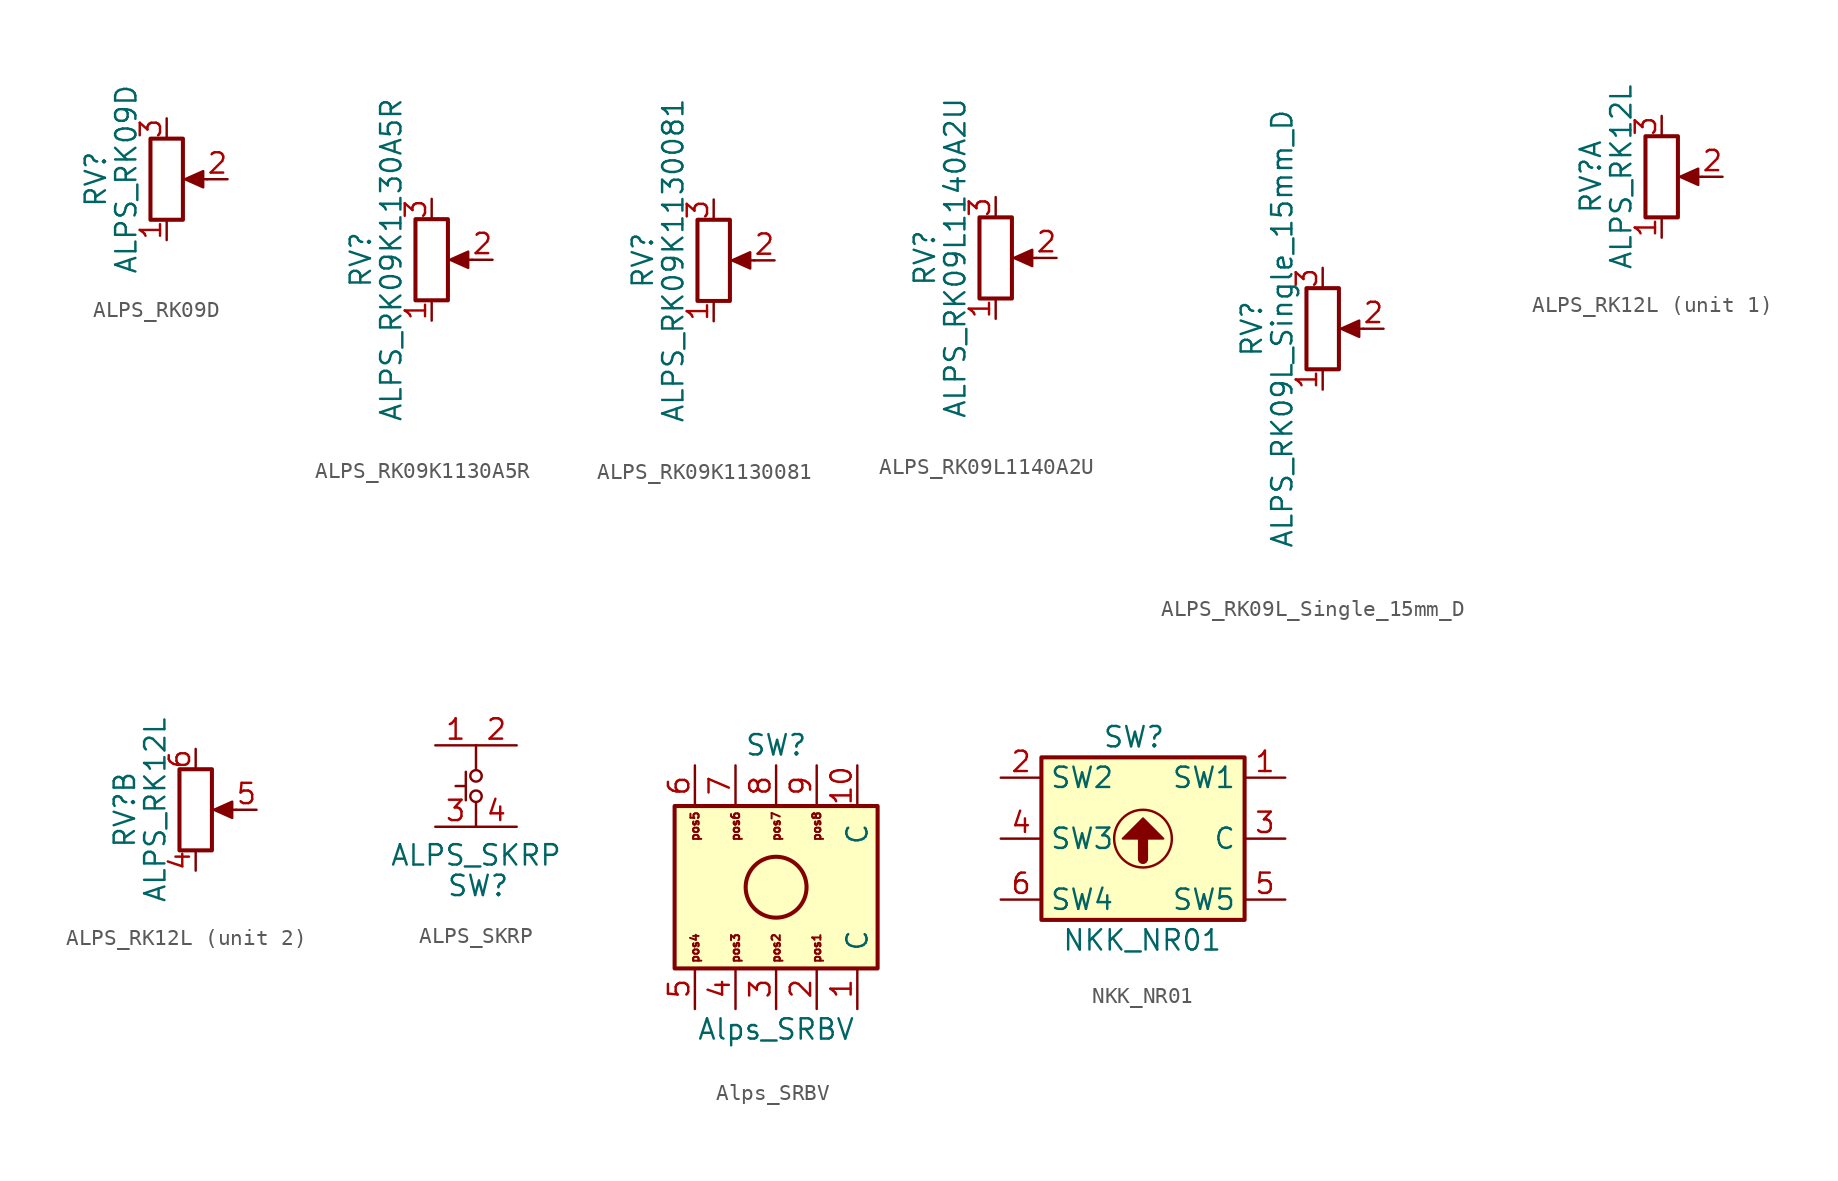
<source format=kicad_sym>
(kicad_symbol_lib
  (version 20211014)
  (generator kicad_symbol_editor)
  (symbol "ALPS_RK09D"
    (pin_names
      (offset 1.016) hide)
    (property "Reference" "RV"
      (at -4.445 0 90)
      (effects (font (size 1.27 1.27))))
    (property "Value" "ALPS_RK09D"
      (at -2.54 0 90)
      (effects (font (size 1.27 1.27))))
    (symbol "ALPS_RK09D_0_1"
      (polyline (pts (xy 2.54 0) (xy 1.524 0)) (stroke (width 0) (type default) (color 0 0 0 0)) (fill (type none)))
      (polyline (pts (xy 1.143 0) (xy 2.286 0.508) (xy 2.286 -0.508) (xy 1.143 0)) (stroke (width 0) (type default) (color 0 0 0 0)) (fill (type outline)))
      (rectangle (start 1.016 2.54) (end -1.016 -2.54) (stroke (width 0.254) (type default) (color 0 0 0 0)) (fill (type none))))
    (symbol "ALPS_RK09D_1_1"
      (pin passive line (at 0 -3.81 90) (length 1.27) (name "1" (effects (font (size 1.27 1.27)))) (number "1" (effects (font (size 1.27 1.27)))))
      (pin passive line (at 3.81 0 180) (length 1.27) (name "2" (effects (font (size 1.27 1.27)))) (number "2" (effects (font (size 1.27 1.27)))))
      (pin passive line (at 0 3.81 270) (length 1.27) (name "3" (effects (font (size 1.27 1.27)))) (number "3" (effects (font (size 1.27 1.27)))))))
  (symbol "ALPS_RK09K1130A5R"
    (pin_names
      (offset 1.016) hide)
    (property "Reference" "RV"
      (at -4.445 0 90)
      (effects (font (size 1.27 1.27))))
    (property "Value" "ALPS_RK09K1130A5R"
      (at -2.54 0 90)
      (effects (font (size 1.27 1.27))))
    (symbol "ALPS_RK09K1130A5R_0_1"
      (polyline (pts (xy 2.54 0) (xy 1.524 0)) (stroke (width 0) (type default) (color 0 0 0 0)) (fill (type none)))
      (polyline (pts (xy 1.143 0) (xy 2.286 0.508) (xy 2.286 -0.508) (xy 1.143 0)) (stroke (width 0) (type default) (color 0 0 0 0)) (fill (type outline)))
      (rectangle (start 1.016 2.54) (end -1.016 -2.54) (stroke (width 0.254) (type default) (color 0 0 0 0)) (fill (type none))))
    (symbol "ALPS_RK09K1130A5R_1_1"
      (pin passive line (at 0 -3.81 90) (length 1.27) (name "1" (effects (font (size 1.27 1.27)))) (number "1" (effects (font (size 1.27 1.27)))))
      (pin passive line (at 3.81 0 180) (length 1.27) (name "2" (effects (font (size 1.27 1.27)))) (number "2" (effects (font (size 1.27 1.27)))))
      (pin passive line (at 0 3.81 270) (length 1.27) (name "3" (effects (font (size 1.27 1.27)))) (number "3" (effects (font (size 1.27 1.27)))))))
  (symbol "ALPS_RK09K1130081"
    (pin_names
      (offset 1.016) hide)
    (property "Reference" "RV"
      (at -4.445 0 90)
      (effects (font (size 1.27 1.27))))
    (property "Value" "ALPS_RK09K1130081"
      (at -2.54 0 90)
      (effects (font (size 1.27 1.27))))
    (symbol "ALPS_RK09K1130081_0_1"
      (polyline (pts (xy 2.54 0) (xy 1.524 0)) (stroke (width 0) (type default) (color 0 0 0 0)) (fill (type none)))
      (polyline (pts (xy 1.143 0) (xy 2.286 0.508) (xy 2.286 -0.508) (xy 1.143 0)) (stroke (width 0) (type default) (color 0 0 0 0)) (fill (type outline)))
      (rectangle (start 1.016 2.54) (end -1.016 -2.54) (stroke (width 0.254) (type default) (color 0 0 0 0)) (fill (type none))))
    (symbol "ALPS_RK09K1130081_1_1"
      (pin passive line (at 0 -3.81 90) (length 1.27) (name "1" (effects (font (size 1.27 1.27)))) (number "1" (effects (font (size 1.27 1.27)))))
      (pin passive line (at 3.81 0 180) (length 1.27) (name "2" (effects (font (size 1.27 1.27)))) (number "2" (effects (font (size 1.27 1.27)))))
      (pin passive line (at 0 3.81 270) (length 1.27) (name "3" (effects (font (size 1.27 1.27)))) (number "3" (effects (font (size 1.27 1.27)))))))
  (symbol "ALPS_RK09L1140A2U"
    (pin_names
      (offset 1.016) hide)
    (property "Reference" "RV"
      (at -4.445 0 90)
      (effects (font (size 1.27 1.27))))
    (property "Value" "ALPS_RK09L1140A2U"
      (at -2.54 0 90)
      (effects (font (size 1.27 1.27))))
    (symbol "ALPS_RK09L1140A2U_0_1"
      (polyline (pts (xy 2.54 0) (xy 1.524 0)) (stroke (width 0) (type default) (color 0 0 0 0)) (fill (type none)))
      (polyline (pts (xy 1.143 0) (xy 2.286 0.508) (xy 2.286 -0.508) (xy 1.143 0)) (stroke (width 0) (type default) (color 0 0 0 0)) (fill (type outline)))
      (rectangle (start 1.016 2.54) (end -1.016 -2.54) (stroke (width 0.254) (type default) (color 0 0 0 0)) (fill (type none))))
    (symbol "ALPS_RK09L1140A2U_1_1"
      (pin passive line (at 0 -3.81 90) (length 1.27) (name "1" (effects (font (size 1.27 1.27)))) (number "1" (effects (font (size 1.27 1.27)))))
      (pin passive line (at 3.81 0 180) (length 1.27) (name "2" (effects (font (size 1.27 1.27)))) (number "2" (effects (font (size 1.27 1.27)))))
      (pin passive line (at 0 3.81 270) (length 1.27) (name "3" (effects (font (size 1.27 1.27)))) (number "3" (effects (font (size 1.27 1.27)))))))
  (symbol "ALPS_RK09L_Single_15mm_D"
    (pin_names
      (offset 1.016) hide)
    (property "Reference" "RV"
      (at -4.445 0 90)
      (effects (font (size 1.27 1.27))))
    (property "Value" "ALPS_RK09L_Single_15mm_D"
      (at -2.54 0 90)
      (effects (font (size 1.27 1.27))))
    (symbol "ALPS_RK09L_Single_15mm_D_0_1"
      (polyline (pts (xy 2.54 0) (xy 1.524 0)) (stroke (width 0) (type default) (color 0 0 0 0)) (fill (type none)))
      (polyline (pts (xy 1.143 0) (xy 2.286 0.508) (xy 2.286 -0.508) (xy 1.143 0)) (stroke (width 0) (type default) (color 0 0 0 0)) (fill (type outline)))
      (rectangle (start 1.016 2.54) (end -1.016 -2.54) (stroke (width 0.254) (type default) (color 0 0 0 0)) (fill (type none))))
    (symbol "ALPS_RK09L_Single_15mm_D_1_1"
      (pin passive line (at 0 -3.81 90) (length 1.27) (name "1" (effects (font (size 1.27 1.27)))) (number "1" (effects (font (size 1.27 1.27)))))
      (pin passive line (at 3.81 0 180) (length 1.27) (name "2" (effects (font (size 1.27 1.27)))) (number "2" (effects (font (size 1.27 1.27)))))
      (pin passive line (at 0 3.81 270) (length 1.27) (name "3" (effects (font (size 1.27 1.27)))) (number "3" (effects (font (size 1.27 1.27)))))))
  (symbol "ALPS_RK12L"
    (pin_names
      (offset 1.016) hide)
    (property "Reference" "RV"
      (at -4.445 0 90)
      (effects (font (size 1.27 1.27))))
    (property "Value" "ALPS_RK12L"
      (at -2.54 0 90)
      (effects (font (size 1.27 1.27))))
    (property "ki_locked" ""
      (at 0 0 0)
      (effects (font (size 1.27 1.27))))
    (symbol "ALPS_RK12L_0_1"
      (polyline (pts (xy 2.54 0) (xy 1.524 0)) (stroke (width 0) (type default) (color 0 0 0 0)) (fill (type none)))
      (polyline (pts (xy 1.143 0) (xy 2.286 0.508) (xy 2.286 -0.508) (xy 1.143 0)) (stroke (width 0) (type default) (color 0 0 0 0)) (fill (type outline)))
      (rectangle (start 1.016 2.54) (end -1.016 -2.54) (stroke (width 0.254) (type default) (color 0 0 0 0)) (fill (type none))))
    (symbol "ALPS_RK12L_1_1"
      (pin passive line (at 0 -3.81 90) (length 1.27) (name "1" (effects (font (size 1.27 1.27)))) (number "1" (effects (font (size 1.27 1.27)))))
      (pin passive line (at 3.81 0 180) (length 1.27) (name "2" (effects (font (size 1.27 1.27)))) (number "2" (effects (font (size 1.27 1.27)))))
      (pin passive line (at 0 3.81 270) (length 1.27) (name "3" (effects (font (size 1.27 1.27)))) (number "3" (effects (font (size 1.27 1.27))))))
    (symbol "ALPS_RK12L_2_1"
      (pin passive line (at 0 -3.81 90) (length 1.27) (name "4" (effects (font (size 1.27 1.27)))) (number "4" (effects (font (size 1.27 1.27)))))
      (pin passive line (at 3.81 0 180) (length 1.27) (name "5" (effects (font (size 1.27 1.27)))) (number "5" (effects (font (size 1.27 1.27)))))
      (pin passive line (at 0 3.81 270) (length 1.27) (name "6" (effects (font (size 1.27 1.27)))) (number "6" (effects (font (size 1.27 1.27)))))))
  (symbol "ALPS_SKRP"
    (pin_names
      (offset 1.016))
    (property "Reference" "SW"
      (at 0.127 -6.223 0)
      (effects (font (size 1.27 1.27))))
    (property "Value" "ALPS_SKRP"
      (at 0 -4.318 0)
      (effects (font (size 1.27 1.27))))
    (symbol "ALPS_SKRP_0_1"
      (polyline (pts (xy -0.635 0) (xy -1.27 0)) (stroke (width 0) (type default) (color 0 0 0 0)) (fill (type none)))
      (polyline (pts (xy -0.635 0.889) (xy -0.635 -0.889)) (stroke (width 0) (type default) (color 0 0 0 0)) (fill (type none)))
      (polyline (pts (xy 0 -2.54) (xy 0 -1.016)) (stroke (width 0) (type default) (color 0 0 0 0)) (fill (type none)))
      (polyline (pts (xy 0 2.54) (xy 0 1.016)) (stroke (width 0) (type default) (color 0 0 0 0)) (fill (type none)))
      (circle (center 0 0.635) (radius 0.356) (stroke (width 0) (type default) (color 0 0 0 0)) (fill (type none))))
    (symbol "ALPS_SKRP_1_1"
      (circle (center 0 -0.635) (radius 0.356) (stroke (width 0) (type default) (color 0 0 0 0)) (fill (type none)))
      (pin passive line (at -2.54 2.54 0) (length 2.54) (name "~" (effects (font (size 1.27 1.27)))) (number "1" (effects (font (size 1.27 1.27)))))
      (pin passive line (at 2.54 2.54 180) (length 2.54) (name "~" (effects (font (size 1.27 1.27)))) (number "2" (effects (font (size 1.27 1.27)))))
      (pin passive line (at -2.54 -2.54 0) (length 2.54) (name "~" (effects (font (size 1.27 1.27)))) (number "3" (effects (font (size 1.27 1.27)))))
      (pin passive line (at 2.54 -2.54 180) (length 2.54) (name "~" (effects (font (size 1.27 1.27)))) (number "4" (effects (font (size 1.27 1.27)))))))
  (symbol "Alps_SRBV"
    (pin_names
      (offset 1.016))
    (property "Reference" "SW"
      (at 0 8.89 0)
      (effects (font (size 1.27 1.27))))
    (property "Value" "Alps_SRBV"
      (at 0 -8.89 0)
      (effects (font (size 1.27 1.27))))
    (symbol "Alps_SRBV_0_0"
      (text "pos1" (at 2.54 -3.81 900) (effects (font (size 0.508 0.508))))
      (text "pos2" (at 0 -3.81 900) (effects (font (size 0.508 0.508))))
      (text "pos3" (at -2.54 -3.81 900) (effects (font (size 0.508 0.508))))
      (text "pos4" (at -5.08 -3.81 900) (effects (font (size 0.508 0.508))))
      (text "pos5" (at -5.08 3.81 900) (effects (font (size 0.508 0.508))))
      (text "pos6" (at -2.54 3.81 900) (effects (font (size 0.508 0.508))))
      (text "pos7" (at 0 3.81 900) (effects (font (size 0.508 0.508))))
      (text "pos8" (at 2.54 3.81 900) (effects (font (size 0.508 0.508)))))
    (symbol "Alps_SRBV_0_1"
      (rectangle (start -6.35 5.08) (end 6.35 -5.08) (stroke (width 0.254) (type default) (color 0 0 0 0)) (fill (type background)))
      (circle (center 0 0) (radius 1.905) (stroke (width 0.254) (type default) (color 0 0 0 0)) (fill (type none))))
    (symbol "Alps_SRBV_1_1"
      (pin bidirectional line (at 5.08 -7.62 90) (length 2.54) (name "C" (effects (font (size 1.27 1.27)))) (number "1" (effects (font (size 1.27 1.27)))))
      (pin bidirectional line (at 5.08 7.62 270) (length 2.54) (name "C" (effects (font (size 1.27 1.27)))) (number "10" (effects (font (size 1.27 1.27)))))
      (pin bidirectional line (at 2.54 -7.62 90) (length 2.54) (name "~" (effects (font (size 1.27 1.27)))) (number "2" (effects (font (size 1.27 1.27)))))
      (pin bidirectional line (at 0 -7.62 90) (length 2.54) (name "~" (effects (font (size 1.27 1.27)))) (number "3" (effects (font (size 1.27 1.27)))))
      (pin bidirectional line (at -2.54 -7.62 90) (length 2.54) (name "~" (effects (font (size 1.27 1.27)))) (number "4" (effects (font (size 1.27 1.27)))))
      (pin bidirectional line (at -5.08 -7.62 90) (length 2.54) (name "~" (effects (font (size 1.27 1.27)))) (number "5" (effects (font (size 1.27 1.27)))))
      (pin bidirectional line (at -5.08 7.62 270) (length 2.54) (name "~" (effects (font (size 1.27 1.27)))) (number "6" (effects (font (size 1.27 1.27)))))
      (pin bidirectional line (at -2.54 7.62 270) (length 2.54) (name "~" (effects (font (size 1.27 1.27)))) (number "7" (effects (font (size 1.27 1.27)))))
      (pin bidirectional line (at 0 7.62 270) (length 2.54) (name "~" (effects (font (size 1.27 1.27)))) (number "8" (effects (font (size 1.27 1.27)))))
      (pin bidirectional line (at 2.54 7.62 270) (length 2.54) (name "~" (effects (font (size 1.27 1.27)))) (number "9" (effects (font (size 1.27 1.27)))))))
  (symbol "NKK_NR01"
    (property "Reference" "SW"
      (at -2.54 6.35 0)
      (effects (font (size 1.27 1.27)) (justify left)))
    (property "Value" "NKK_NR01"
      (at -5.08 -6.35 0)
      (effects (font (size 1.27 1.27)) (justify left)))
    (symbol "NKK_NR01_0_1"
      (rectangle (start 0 0) (end 0 -1.27) (stroke (width 0.635) (type default) (color 0 0 0 0)) (fill (type none)))
      (polyline (pts (xy 0 0) (xy -1.27 0) (xy 0 1.27) (xy 1.27 0) (xy 0 0)) (stroke (width 0.127) (type default) (color 0 0 0 0)) (fill (type outline)))
      (circle (center 0 0) (radius 1.803) (stroke (width 0) (type default) (color 0 0 0 0)) (fill (type none)))
      (rectangle (start 6.35 5.08) (end -6.35 -5.08) (stroke (width 0.254) (type default) (color 0 0 0 0)) (fill (type background))))
    (symbol "NKK_NR01_1_1"
      (pin passive line (at 8.89 3.81 180) (length 2.54) (name "SW1" (effects (font (size 1.27 1.27)))) (number "1" (effects (font (size 1.27 1.27)))))
      (pin passive line (at -8.89 3.81 0) (length 2.54) (name "SW2" (effects (font (size 1.27 1.27)))) (number "2" (effects (font (size 1.27 1.27)))))
      (pin passive line (at 8.89 0 180) (length 2.54) (name "C" (effects (font (size 1.27 1.27)))) (number "3" (effects (font (size 1.27 1.27)))))
      (pin passive line (at -8.89 0 0) (length 2.54) (name "SW3" (effects (font (size 1.27 1.27)))) (number "4" (effects (font (size 1.27 1.27)))))
      (pin passive line (at 8.89 -3.81 180) (length 2.54) (name "SW5" (effects (font (size 1.27 1.27)))) (number "5" (effects (font (size 1.27 1.27)))))
      (pin input line (at -8.89 -3.81 0) (length 2.54) (name "SW4" (effects (font (size 1.27 1.27)))) (number "6" (effects (font (size 1.27 1.27))))))))
</source>
